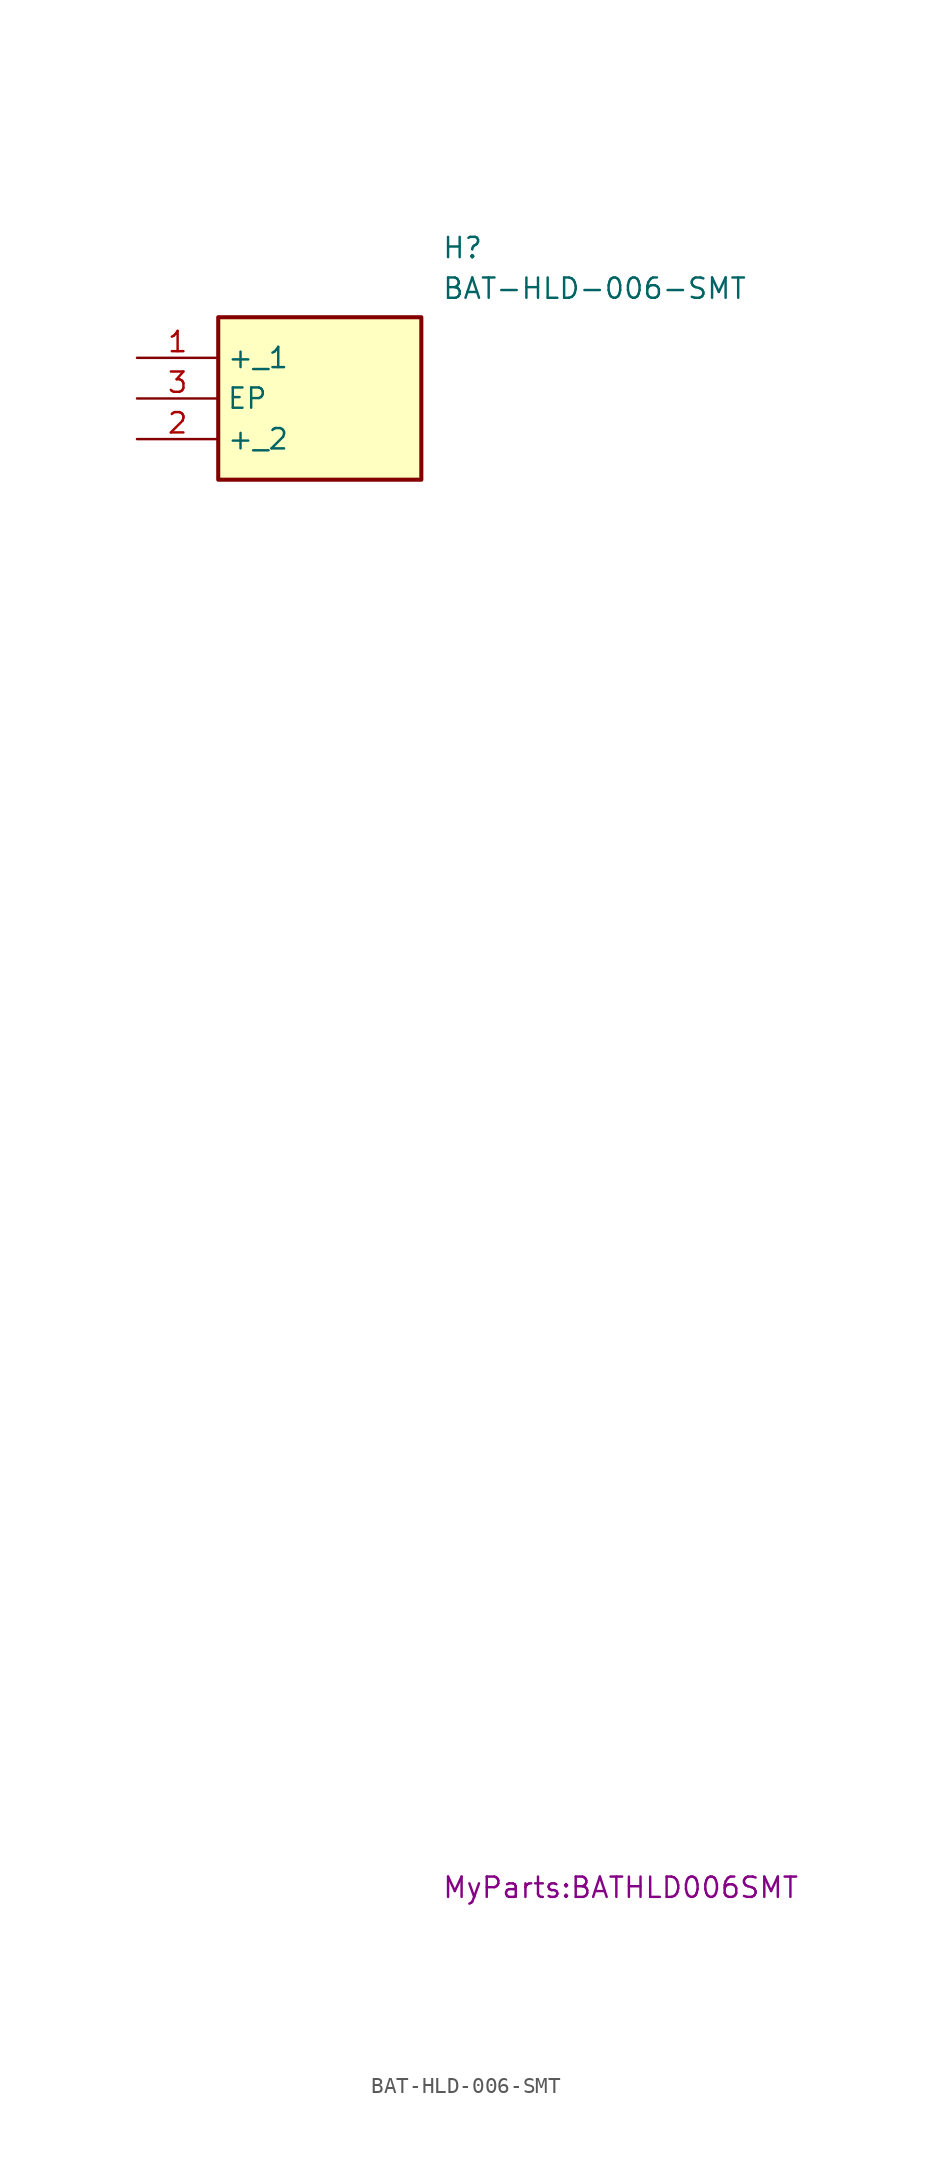
<source format=kicad_sym>
(kicad_symbol_lib
  (version 20241209)
  (generator "kicad_symbol_editor")
  (generator_version "9.0")
  (symbol "BAT-HLD-006-SMT"
    (property "Reference" "H"
      (at 19.05 7.62 0)
      (effects (font (size 1.27 1.27)) (justify left top)))
    (property "Value" "BAT-HLD-006-SMT"
      (at 19.05 5.08 0)
      (effects (font (size 1.27 1.27)) (justify left top)))
    (property "Footprint" "MyParts:BATHLD006SMT"
      (at 19.05 -94.92 0)
      (effects (font (size 1.27 1.27)) (justify left top)))
    (symbol "BAT-HLD-006-SMT_1_1"
      (rectangle (start 5.08 2.54) (end 17.78 -7.62) (stroke (width 0.254) (type default)) (fill (type background)))
      (pin passive line (at 0 0 0) (length 5.08) (name "+_1" (effects (font (size 1.27 1.27)))) (number "1" (effects (font (size 1.27 1.27)))))
      (pin passive line (at 0 -2.54 0) (length 5.08) (name "EP" (effects (font (size 1.27 1.27)))) (number "3" (effects (font (size 1.27 1.27)))))
      (pin passive line (at 0 -5.08 0) (length 5.08) (name "+_2" (effects (font (size 1.27 1.27)))) (number "2" (effects (font (size 1.27 1.27))))))))
</source>
